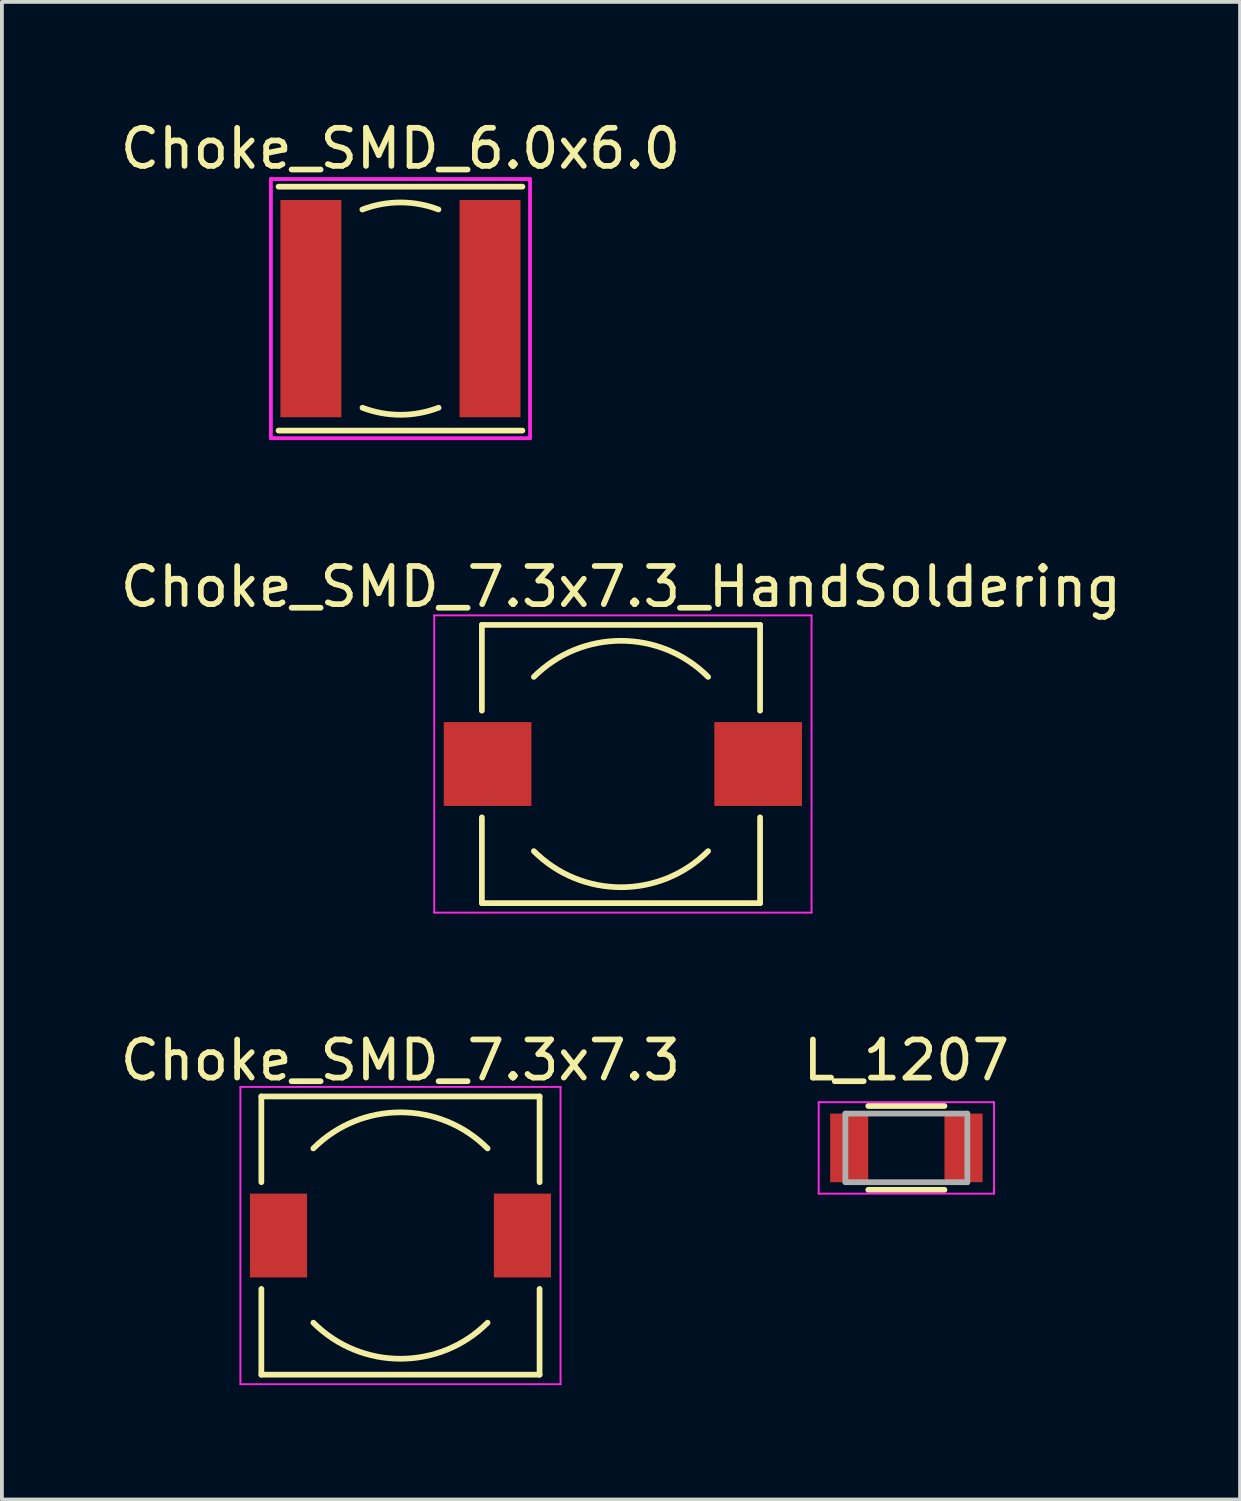
<source format=kicad_pcb>
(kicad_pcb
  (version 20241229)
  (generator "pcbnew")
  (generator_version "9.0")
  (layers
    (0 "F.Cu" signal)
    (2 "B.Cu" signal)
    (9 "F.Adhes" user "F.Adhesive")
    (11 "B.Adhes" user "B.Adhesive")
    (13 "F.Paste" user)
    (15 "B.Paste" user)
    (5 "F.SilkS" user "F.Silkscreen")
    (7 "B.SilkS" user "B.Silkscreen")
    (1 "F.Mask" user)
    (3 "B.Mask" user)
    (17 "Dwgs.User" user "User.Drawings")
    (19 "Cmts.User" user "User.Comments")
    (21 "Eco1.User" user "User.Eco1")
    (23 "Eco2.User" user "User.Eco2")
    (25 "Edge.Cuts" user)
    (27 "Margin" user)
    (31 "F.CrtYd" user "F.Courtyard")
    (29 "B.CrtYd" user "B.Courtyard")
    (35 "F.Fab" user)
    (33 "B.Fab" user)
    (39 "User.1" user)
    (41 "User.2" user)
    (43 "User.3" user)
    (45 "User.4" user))
  (footprint "Choke_SMD_7.3x7.3_HandSoldering"
    (layer "F.Cu")
    (at 13.244 16.997)
    (property "Reference" "Choke_SMD_7.3x7.3_HandSoldering" (at 0 -4.65 0) (layer "F.SilkS") (effects (font (size 1 1) (thickness 0.15))))
    (attr smd)
    (fp_line (start -3.65 -3.65) (end -3.65 -1.4) (stroke (width 0.15) (type solid)) (layer "F.SilkS"))
    (fp_line (start -3.65 -3.65) (end 3.65 -3.65) (stroke (width 0.15) (type solid)) (layer "F.SilkS"))
    (fp_line (start -3.65 3.65) (end -3.65 1.4) (stroke (width 0.15) (type solid)) (layer "F.SilkS"))
    (fp_line (start 3.65 -3.65) (end 3.65 -1.4) (stroke (width 0.15) (type solid)) (layer "F.SilkS"))
    (fp_line (start 3.65 3.65) (end -3.65 3.65) (stroke (width 0.15) (type solid)) (layer "F.SilkS"))
    (fp_line (start 3.65 3.65) (end 3.65 1.4) (stroke (width 0.15) (type solid)) (layer "F.SilkS"))
    (fp_arc (start -2.286 -2.286) (mid 0 -3.232892) (end 2.286 -2.286) (stroke (width 0.15) (type solid)) (layer "F.SilkS"))
    (fp_arc (start 2.286 2.286) (mid 0 3.232892) (end -2.286 2.286) (stroke (width 0.15) (type solid)) (layer "F.SilkS"))
    (fp_line (start -4.9 -3.9) (end -4.9 3.9) (stroke (width 0.05) (type solid)) (layer "F.CrtYd"))
    (fp_line (start -4.9 3.9) (end 5 3.9) (stroke (width 0.05) (type solid)) (layer "F.CrtYd"))
    (fp_line (start 5 -3.9) (end -4.9 -3.9) (stroke (width 0.05) (type solid)) (layer "F.CrtYd"))
    (fp_line (start 5 3.9) (end 5 -3.9) (stroke (width 0.05) (type solid)) (layer "F.CrtYd"))
    (pad "1" smd rect (at -3.5 0) (size 2.3 2.2) (layers "F.Cu" "F.Mask" "F.Paste"))
    (pad "2" smd rect (at 3.6 0) (size 2.3 2.2) (layers "F.Cu" "F.Mask" "F.Paste")))
  (footprint "Choke_SMD_7.3x7.3"
    (layer "F.Cu")
    (at 7.458 29.37)
    (property "Reference" "Choke_SMD_7.3x7.3" (at 0 -4.6 0) (layer "F.SilkS") (effects (font (size 1 1) (thickness 0.15))))
    (attr smd)
    (fp_line (start -3.65 -3.65) (end -3.65 -1.4) (stroke (width 0.15) (type solid)) (layer "F.SilkS"))
    (fp_line (start -3.65 -3.65) (end 3.65 -3.65) (stroke (width 0.15) (type solid)) (layer "F.SilkS"))
    (fp_line (start -3.65 3.65) (end -3.65 1.4) (stroke (width 0.15) (type solid)) (layer "F.SilkS"))
    (fp_line (start 3.65 -3.65) (end 3.65 -1.4) (stroke (width 0.15) (type solid)) (layer "F.SilkS"))
    (fp_line (start 3.65 3.65) (end -3.65 3.65) (stroke (width 0.15) (type solid)) (layer "F.SilkS"))
    (fp_line (start 3.65 3.65) (end 3.65 1.4) (stroke (width 0.15) (type solid)) (layer "F.SilkS"))
    (fp_arc (start -2.286 -2.286) (mid 0 -3.232892) (end 2.286 -2.286) (stroke (width 0.15) (type solid)) (layer "F.SilkS"))
    (fp_arc (start 2.286 2.286) (mid 0 3.232892) (end -2.286 2.286) (stroke (width 0.15) (type solid)) (layer "F.SilkS"))
    (fp_line (start -4.2 -3.9) (end -4.2 3.9) (stroke (width 0.05) (type solid)) (layer "F.CrtYd"))
    (fp_line (start -4.2 3.9) (end 4.2 3.9) (stroke (width 0.05) (type solid)) (layer "F.CrtYd"))
    (fp_line (start 4.2 -3.9) (end -4.2 -3.9) (stroke (width 0.05) (type solid)) (layer "F.CrtYd"))
    (fp_line (start 4.2 3.9) (end 4.2 -3.9) (stroke (width 0.05) (type solid)) (layer "F.CrtYd"))
    (pad "1" smd rect (at -3.2 0) (size 1.5 2.2) (layers "F.Cu" "F.Mask" "F.Paste"))
    (pad "2" smd rect (at 3.2 0) (size 1.5 2.2) (layers "F.Cu" "F.Mask" "F.Paste")))
  (footprint "Choke_SMD_6.0x6.0"
    (layer "F.Cu")
    (at 7.458 5.048)
    (property "Reference" "Choke_SMD_6.0x6.0" (at 0 -4.2 0) (layer "F.SilkS") (effects (font (size 1 1) (thickness 0.15))))
    (attr through_hole)
    (fp_line (start -3.2 -3.2) (end 3.2 -3.2) (stroke (width 0.15) (type solid)) (layer "F.SilkS"))
    (fp_line (start -3.2 3.2) (end 3.2 3.2) (stroke (width 0.15) (type solid)) (layer "F.SilkS"))
    (fp_arc (start -1 -2.6) (mid -0.001824 -2.785677) (end 0.996595 -2.601307) (stroke (width 0.15) (type solid)) (layer "F.SilkS"))
    (fp_arc (start 1 2.6) (mid 0.001824 2.785677) (end -0.996595 2.601307) (stroke (width 0.15) (type solid)) (layer "F.SilkS"))
    (fp_line (start -3.4 -3.4) (end 3.4 -3.4) (stroke (width 0.1) (type solid)) (layer "F.CrtYd"))
    (fp_line (start -3.4 3.4) (end -3.4 -3.4) (stroke (width 0.1) (type solid)) (layer "F.CrtYd"))
    (fp_line (start 3.4 -3.4) (end 3.4 3.4) (stroke (width 0.1) (type solid)) (layer "F.CrtYd"))
    (fp_line (start 3.4 3.4) (end -3.4 3.4) (stroke (width 0.1) (type solid)) (layer "F.CrtYd"))
    (pad "1" smd rect (at -2.35 0) (size 1.6 5.7) (layers "F.Cu" "F.Mask" "F.Paste"))
    (pad "2" smd rect (at 2.35 0) (size 1.6 5.7) (layers "F.Cu" "F.Mask" "F.Paste")))
  (footprint "L_1207"
    (layer "F.Cu")
    (at 20.732 27.07)
    (property "Reference" "L_1207" (at 0 -2.3 0) (layer "F.SilkS") (effects (font (size 1 1) (thickness 0.15))))
    (attr smd)
    (fp_line (start -1 1.1) (end 1 1.1) (stroke (width 0.15) (type solid)) (layer "F.SilkS"))
    (fp_line (start 1 -1.1) (end -1 -1.1) (stroke (width 0.15) (type solid)) (layer "F.SilkS"))
    (fp_line (start -2.3 -1.2) (end -2.3 1.2) (stroke (width 0.05) (type solid)) (layer "F.CrtYd"))
    (fp_line (start -2.3 -1.2) (end 2.3 -1.2) (stroke (width 0.05) (type solid)) (layer "F.CrtYd"))
    (fp_line (start -2.3 1.2) (end 2.3 1.2) (stroke (width 0.05) (type solid)) (layer "F.CrtYd"))
    (fp_line (start 2.3 -1.2) (end 2.3 1.2) (stroke (width 0.05) (type solid)) (layer "F.CrtYd"))
    (fp_line (start -1.6 -0.9) (end 1.6 -0.9) (stroke (width 0.15) (type solid)) (layer "F.Fab"))
    (fp_line (start -1.6 0.9) (end -1.6 -0.9) (stroke (width 0.15) (type solid)) (layer "F.Fab"))
    (fp_line (start 1.6 -0.9) (end 1.6 0.9) (stroke (width 0.15) (type solid)) (layer "F.Fab"))
    (fp_line (start 1.6 0.9) (end -1.6 0.9) (stroke (width 0.15) (type solid)) (layer "F.Fab"))
    (pad "1" smd rect (at -1.5 0) (size 1 1.8) (layers "F.Cu" "F.Mask" "F.Paste"))
    (pad "2" smd rect (at 1.5 0) (size 1 1.8) (layers "F.Cu" "F.Mask" "F.Paste")))
  (gr_rect
    (start -3 -3)
    (end 29.488 36.295)
    (stroke (width 0.1) (type default))
    (fill no)
    (layer "Edge.Cuts")))
</source>
